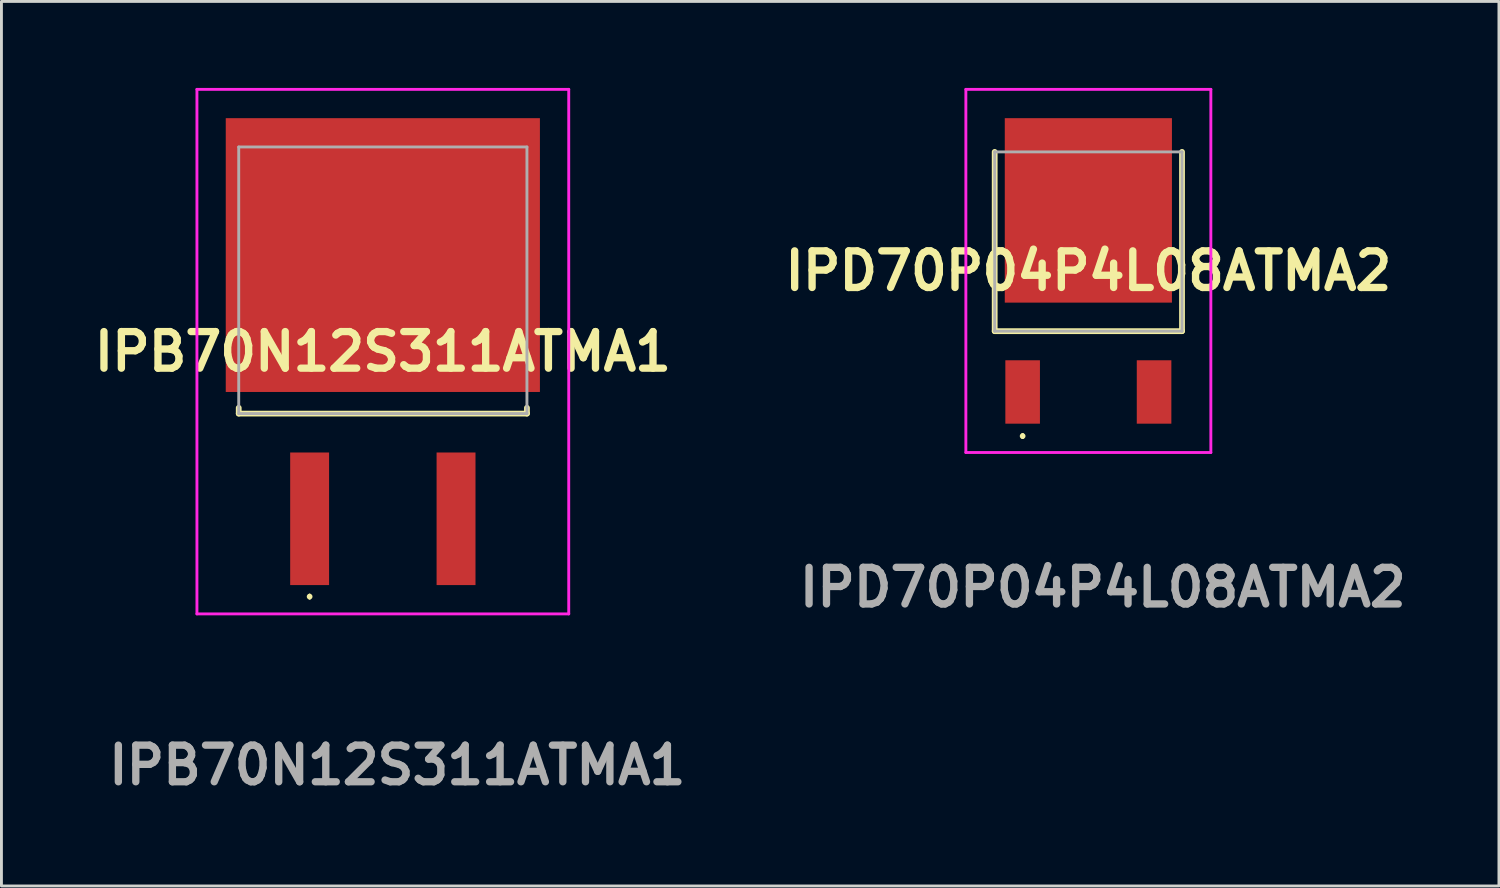
<source format=kicad_pcb>
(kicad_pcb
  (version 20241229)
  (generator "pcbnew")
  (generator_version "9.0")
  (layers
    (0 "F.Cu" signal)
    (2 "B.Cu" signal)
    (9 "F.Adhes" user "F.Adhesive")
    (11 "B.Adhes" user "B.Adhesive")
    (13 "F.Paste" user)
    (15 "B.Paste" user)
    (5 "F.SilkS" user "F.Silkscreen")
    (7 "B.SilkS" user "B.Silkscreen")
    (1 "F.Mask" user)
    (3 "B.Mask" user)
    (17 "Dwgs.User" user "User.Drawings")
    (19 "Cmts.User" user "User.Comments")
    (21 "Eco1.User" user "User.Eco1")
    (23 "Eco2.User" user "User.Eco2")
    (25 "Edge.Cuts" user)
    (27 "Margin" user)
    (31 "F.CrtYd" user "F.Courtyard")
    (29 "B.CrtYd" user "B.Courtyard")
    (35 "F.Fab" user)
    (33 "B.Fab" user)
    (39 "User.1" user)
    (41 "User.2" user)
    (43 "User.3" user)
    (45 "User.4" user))
  (footprint "IPB70N12S311ATMA1"
    (layer "F.Cu")
    (at 10.233 8.5)
    (property "Reference" "IPB70N12S311ATMA1" (at 0 0.65 0) (layer "F.SilkS") (effects (font (size 1.27 1.27) (thickness 0.254))))
    (attr smd)
    (fp_line (start -5 2.6) (end -5 2.8) (stroke (width 0.2) (type solid)) (layer "F.SilkS"))
    (fp_line (start -5 2.8) (end 5 2.8) (stroke (width 0.2) (type solid)) (layer "F.SilkS"))
    (fp_line (start -2.54 9.1) (end -2.54 9.1) (stroke (width 0.1) (type solid)) (layer "F.SilkS"))
    (fp_line (start -2.54 9.2) (end -2.54 9.2) (stroke (width 0.1) (type solid)) (layer "F.SilkS"))
    (fp_line (start 5 2.8) (end 5 2.6) (stroke (width 0.2) (type solid)) (layer "F.SilkS"))
    (fp_arc (start -2.54 9.1) (mid -2.49 9.15) (end -2.54 9.2) (stroke (width 0.1) (type solid)) (layer "F.SilkS"))
    (fp_arc (start -2.54 9.2) (mid -2.59 9.15) (end -2.54 9.1) (stroke (width 0.1) (type solid)) (layer "F.SilkS"))
    (fp_line (start -6.45 -8.45) (end 6.45 -8.45) (stroke (width 0.1) (type solid)) (layer "F.CrtYd"))
    (fp_line (start -6.45 9.75) (end -6.45 -8.45) (stroke (width 0.1) (type solid)) (layer "F.CrtYd"))
    (fp_line (start 6.45 -8.45) (end 6.45 9.75) (stroke (width 0.1) (type solid)) (layer "F.CrtYd"))
    (fp_line (start 6.45 9.75) (end -6.45 9.75) (stroke (width 0.1) (type solid)) (layer "F.CrtYd"))
    (fp_line (start -5 -6.45) (end 5 -6.45) (stroke (width 0.1) (type solid)) (layer "F.Fab"))
    (fp_line (start -5 2.8) (end -5 -6.45) (stroke (width 0.1) (type solid)) (layer "F.Fab"))
    (fp_line (start 5 -6.45) (end 5 2.8) (stroke (width 0.1) (type solid)) (layer "F.Fab"))
    (fp_line (start 5 2.8) (end -5 2.8) (stroke (width 0.1) (type solid)) (layer "F.Fab"))
    (fp_text user "${REFERENCE}" (at 0.5 15 0) (layer "F.Fab") (effects (font (size 1.27 1.27) (thickness 0.254))))
    (pad "1" smd rect (at -2.54 6.45) (size 1.35 4.6) (layers "F.Cu" "F.Mask" "F.Paste"))
    (pad "2" smd rect (at 0 -2.7 90) (size 9.5 10.9) (layers "F.Cu" "F.Mask" "F.Paste"))
    (pad "3" smd rect (at 2.54 6.45) (size 1.35 4.6) (layers "F.Cu" "F.Mask" "F.Paste")))
  (footprint "IPD70P04P4L08ATMA2"
    (layer "F.Cu")
    (at 34.712 5.33)
    (property "Reference" "IPD70P04P4L08ATMA2" (at 0 1.02 0) (layer "F.SilkS") (effects (font (size 1.27 1.27) (thickness 0.254))))
    (attr smd)
    (fp_line (start -3.25 -3.11) (end -3.25 3.11) (stroke (width 0.2) (type solid)) (layer "F.SilkS"))
    (fp_line (start -3.25 3.11) (end 3.25 3.11) (stroke (width 0.2) (type solid)) (layer "F.SilkS"))
    (fp_line (start -2.28 6.7) (end -2.28 6.7) (stroke (width 0.1) (type solid)) (layer "F.SilkS"))
    (fp_line (start -2.28 6.8) (end -2.28 6.8) (stroke (width 0.1) (type solid)) (layer "F.SilkS"))
    (fp_line (start 3.25 3.11) (end 3.25 -3.11) (stroke (width 0.2) (type solid)) (layer "F.SilkS"))
    (fp_arc (start -2.28 6.7) (mid -2.23 6.75) (end -2.28 6.8) (stroke (width 0.1) (type solid)) (layer "F.SilkS"))
    (fp_arc (start -2.28 6.8) (mid -2.33 6.75) (end -2.28 6.7) (stroke (width 0.1) (type solid)) (layer "F.SilkS"))
    (fp_line (start -4.25 -5.28) (end 4.25 -5.28) (stroke (width 0.1) (type solid)) (layer "F.CrtYd"))
    (fp_line (start -4.25 7.32) (end -4.25 -5.28) (stroke (width 0.1) (type solid)) (layer "F.CrtYd"))
    (fp_line (start 4.25 -5.28) (end 4.25 7.32) (stroke (width 0.1) (type solid)) (layer "F.CrtYd"))
    (fp_line (start 4.25 7.32) (end -4.25 7.32) (stroke (width 0.1) (type solid)) (layer "F.CrtYd"))
    (fp_line (start -3.25 -3.11) (end 3.25 -3.11) (stroke (width 0.1) (type solid)) (layer "F.Fab"))
    (fp_line (start -3.25 3.11) (end -3.25 -3.11) (stroke (width 0.1) (type solid)) (layer "F.Fab"))
    (fp_line (start 3.25 -3.11) (end 3.25 3.11) (stroke (width 0.1) (type solid)) (layer "F.Fab"))
    (fp_line (start 3.25 3.11) (end -3.25 3.11) (stroke (width 0.1) (type solid)) (layer "F.Fab"))
    (fp_text user "${REFERENCE}" (at 0.5 12 0) (layer "F.Fab") (effects (font (size 1.27 1.27) (thickness 0.254))))
    (pad "1" smd rect (at -2.28 5.22) (size 1.2 2.2) (layers "F.Cu" "F.Mask" "F.Paste"))
    (pad "2" smd rect (at 0 -1.08) (size 5.8 6.4) (layers "F.Cu" "F.Mask" "F.Paste"))
    (pad "3" smd rect (at 2.28 5.22) (size 1.2 2.2) (layers "F.Cu" "F.Mask" "F.Paste")))
  (gr_rect
    (start -3 -3)
    (end 48.958 27.689)
    (stroke (width 0.1) (type default))
    (fill no)
    (layer "Edge.Cuts")))
</source>
